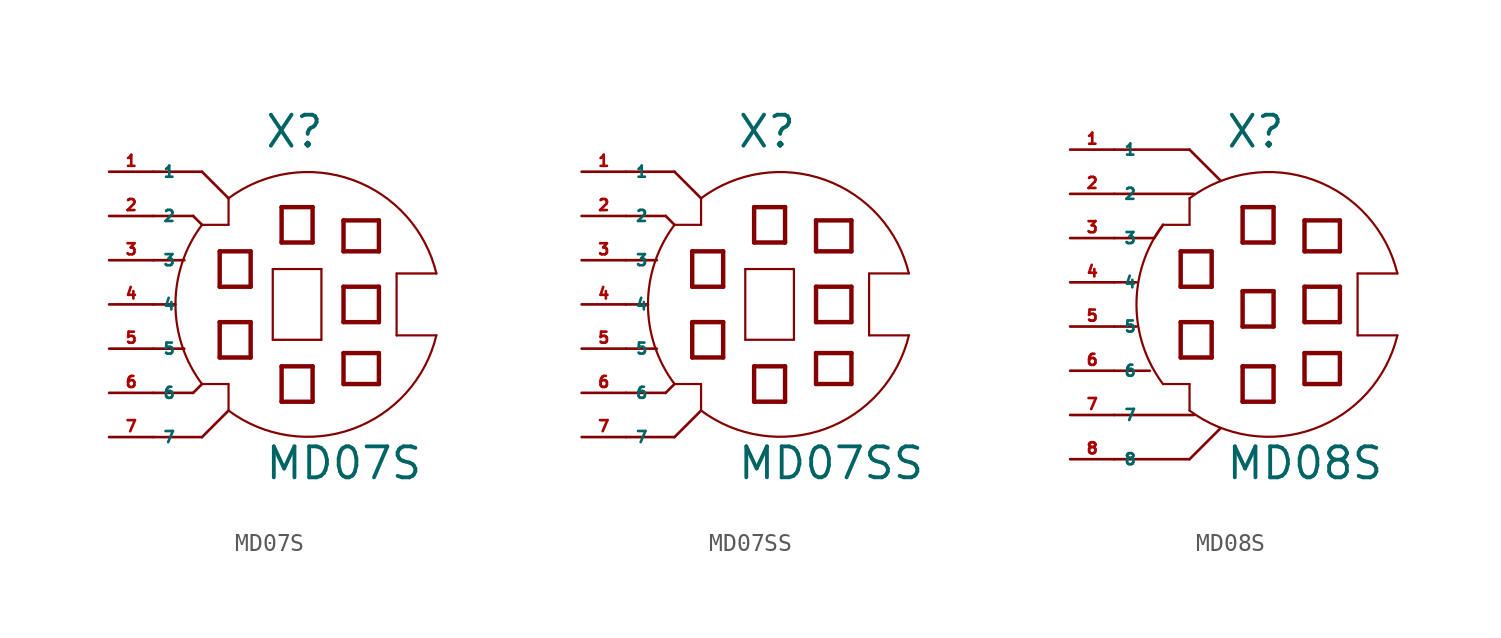
<source format=kicad_sym>
(kicad_symbol_lib
  (version 20220914)
  (generator Eagle2Kicad)
  (symbol "MD07S"
    (property "Reference" "X"
      (at -1.27 8.89 0)
      (effects (font (size 1.778 1.778) (thickness 0.22)) (justify left bottom)))
    (property "Value" "MD07S"
      (at -1.27 -10.16 0)
      (effects (font (size 1.778 1.778) (thickness 0.22)) (justify left bottom)))
    (polyline
      (pts (xy 6.35 -1.778) (xy 6.35 1.778))
      (stroke (width 0.127) (type default))
      (fill (type none)))
    (polyline
      (pts (xy 6.35 1.778) (xy 8.636 1.778))
      (stroke (width 0.127) (type default))
      (fill (type none)))
    (polyline
      (pts (xy -3.302 6.096) (xy -3.302 4.572))
      (stroke (width 0.127) (type default))
      (fill (type none)))
    (polyline
      (pts (xy -3.302 4.572) (xy -4.826 4.572))
      (stroke (width 0.127) (type default))
      (fill (type none)))
    (polyline
      (pts (xy -4.826 -4.572) (xy -3.302 -4.572))
      (stroke (width 0.127) (type default))
      (fill (type none)))
    (polyline
      (pts (xy -3.302 -4.572) (xy -3.302 -6.096))
      (stroke (width 0.127) (type default))
      (fill (type none)))
    (arc
      (start -4.826 4.572)
      (mid -6.350 0.000)
      (end -4.826 -4.572)
      (stroke (width 0.127) (type default))
      (fill (type none)))
    (arc
      (start 8.6359 1.778)
      (mid 3.829 7.150)
      (end -3.302 6.096)
      (stroke (width 0.127) (type default))
      (fill (type none)))
    (polyline
      (pts (xy 2.032 -2.032) (xy -0.762 -2.032))
      (stroke (width 0.127) (type default))
      (fill (type none)))
    (polyline
      (pts (xy -0.762 -2.032) (xy -0.762 2.032))
      (stroke (width 0.127) (type default))
      (fill (type none)))
    (polyline
      (pts (xy -0.762 2.032) (xy 2.032 2.032))
      (stroke (width 0.127) (type default))
      (fill (type none)))
    (polyline
      (pts (xy 2.032 2.032) (xy 2.032 -2.032))
      (stroke (width 0.127) (type default))
      (fill (type none)))
    (polyline
      (pts (xy 1.524 3.556) (xy -0.254 3.556))
      (stroke (width 0.254) (type default))
      (fill (type none)))
    (polyline
      (pts (xy -0.254 3.556) (xy -0.254 5.588))
      (stroke (width 0.254) (type default))
      (fill (type none)))
    (polyline
      (pts (xy -0.254 5.588) (xy 1.524 5.588))
      (stroke (width 0.254) (type default))
      (fill (type none)))
    (polyline
      (pts (xy 1.524 5.588) (xy 1.524 3.556))
      (stroke (width 0.254) (type default))
      (fill (type none)))
    (polyline
      (pts (xy 1.524 -5.588) (xy -0.254 -5.588))
      (stroke (width 0.254) (type default))
      (fill (type none)))
    (polyline
      (pts (xy -0.254 -5.588) (xy -0.254 -3.556))
      (stroke (width 0.254) (type default))
      (fill (type none)))
    (polyline
      (pts (xy -0.254 -3.556) (xy 1.524 -3.556))
      (stroke (width 0.254) (type default))
      (fill (type none)))
    (polyline
      (pts (xy 1.524 -3.556) (xy 1.524 -5.588))
      (stroke (width 0.254) (type default))
      (fill (type none)))
    (polyline
      (pts (xy 5.334 3.048) (xy 3.302 3.048))
      (stroke (width 0.254) (type default))
      (fill (type none)))
    (polyline
      (pts (xy 3.302 3.048) (xy 3.302 4.826))
      (stroke (width 0.254) (type default))
      (fill (type none)))
    (polyline
      (pts (xy 3.302 4.826) (xy 5.334 4.826))
      (stroke (width 0.254) (type default))
      (fill (type none)))
    (polyline
      (pts (xy 5.334 4.826) (xy 5.334 3.048))
      (stroke (width 0.254) (type default))
      (fill (type none)))
    (polyline
      (pts (xy 5.334 -1.016) (xy 3.302 -1.016))
      (stroke (width 0.254) (type default))
      (fill (type none)))
    (polyline
      (pts (xy 3.302 -1.016) (xy 3.302 1.016))
      (stroke (width 0.254) (type default))
      (fill (type none)))
    (polyline
      (pts (xy 3.302 1.016) (xy 5.334 1.016))
      (stroke (width 0.254) (type default))
      (fill (type none)))
    (polyline
      (pts (xy 5.334 1.016) (xy 5.334 -1.016))
      (stroke (width 0.254) (type default))
      (fill (type none)))
    (polyline
      (pts (xy 5.334 -4.572) (xy 3.302 -4.572))
      (stroke (width 0.254) (type default))
      (fill (type none)))
    (polyline
      (pts (xy 3.302 -4.572) (xy 3.302 -2.794))
      (stroke (width 0.254) (type default))
      (fill (type none)))
    (polyline
      (pts (xy 3.302 -2.794) (xy 5.334 -2.794))
      (stroke (width 0.254) (type default))
      (fill (type none)))
    (polyline
      (pts (xy 5.334 -2.794) (xy 5.334 -4.572))
      (stroke (width 0.254) (type default))
      (fill (type none)))
    (polyline
      (pts (xy -2.032 1.016) (xy -3.81 1.016))
      (stroke (width 0.254) (type default))
      (fill (type none)))
    (polyline
      (pts (xy -3.81 1.016) (xy -3.81 3.048))
      (stroke (width 0.254) (type default))
      (fill (type none)))
    (polyline
      (pts (xy -3.81 3.048) (xy -2.032 3.048))
      (stroke (width 0.254) (type default))
      (fill (type none)))
    (polyline
      (pts (xy -2.032 3.048) (xy -2.032 1.016))
      (stroke (width 0.254) (type default))
      (fill (type none)))
    (polyline
      (pts (xy -2.032 -3.048) (xy -3.81 -3.048))
      (stroke (width 0.254) (type default))
      (fill (type none)))
    (polyline
      (pts (xy -3.81 -3.048) (xy -3.81 -1.016))
      (stroke (width 0.254) (type default))
      (fill (type none)))
    (polyline
      (pts (xy -3.81 -1.016) (xy -2.032 -1.016))
      (stroke (width 0.254) (type default))
      (fill (type none)))
    (polyline
      (pts (xy -2.032 -1.016) (xy -2.032 -3.048))
      (stroke (width 0.254) (type default))
      (fill (type none)))
    (polyline
      (pts (xy -7.62 0) (xy -6.35 0))
      (stroke (width 0.152) (type default))
      (fill (type none)))
    (polyline
      (pts (xy -7.62 2.54) (xy -5.842 2.54))
      (stroke (width 0.152) (type default))
      (fill (type none)))
    (polyline
      (pts (xy -7.62 -2.54) (xy -5.842 -2.54))
      (stroke (width 0.152) (type default))
      (fill (type none)))
    (polyline
      (pts (xy -7.62 5.08) (xy -5.334 5.08))
      (stroke (width 0.152) (type default))
      (fill (type none)))
    (polyline
      (pts (xy -5.334 5.08) (xy -4.826 4.572))
      (stroke (width 0.152) (type default))
      (fill (type none)))
    (polyline
      (pts (xy -7.62 -5.08) (xy -5.334 -5.08))
      (stroke (width 0.152) (type default))
      (fill (type none)))
    (polyline
      (pts (xy -5.334 -5.08) (xy -4.826 -4.572))
      (stroke (width 0.152) (type default))
      (fill (type none)))
    (polyline
      (pts (xy -7.62 -7.62) (xy -4.826 -7.62))
      (stroke (width 0.152) (type default))
      (fill (type none)))
    (polyline
      (pts (xy -4.826 -7.62) (xy -3.302 -6.096))
      (stroke (width 0.152) (type default))
      (fill (type none)))
    (polyline
      (pts (xy -7.62 7.62) (xy -4.826 7.62))
      (stroke (width 0.152) (type default))
      (fill (type none)))
    (polyline
      (pts (xy -4.826 7.62) (xy -3.302 6.096))
      (stroke (width 0.152) (type default))
      (fill (type none)))
    (polyline
      (pts (xy 6.35 -1.778) (xy 8.636 -1.778))
      (stroke (width 0.127) (type default))
      (fill (type none)))
    (arc
      (start -3.302 -6.096)
      (mid 3.829 -7.150)
      (end 8.6359 -1.778)
      (stroke (width 0.127) (type default))
      (fill (type none)))
    (pin passive line
      (at -10.16 7.62 0)
      (length 2.54)
      (name "1" (effects (font (size 0.635 0.635) (thickness 0.08)) (justify left bottom)))
      (number "1" (effects (font (size 0.635 0.635) (thickness 0.08)) (justify left bottom))))
    (pin passive line
      (at -10.16 5.08 0)
      (length 2.54)
      (name "2" (effects (font (size 0.635 0.635) (thickness 0.08)) (justify left bottom)))
      (number "2" (effects (font (size 0.635 0.635) (thickness 0.08)) (justify left bottom))))
    (pin passive line
      (at -10.16 2.54 0)
      (length 2.54)
      (name "3" (effects (font (size 0.635 0.635) (thickness 0.08)) (justify left bottom)))
      (number "3" (effects (font (size 0.635 0.635) (thickness 0.08)) (justify left bottom))))
    (pin passive line
      (at -10.16 0 0)
      (length 2.54)
      (name "4" (effects (font (size 0.635 0.635) (thickness 0.08)) (justify left bottom)))
      (number "4" (effects (font (size 0.635 0.635) (thickness 0.08)) (justify left bottom))))
    (pin passive line
      (at -10.16 -2.54 0)
      (length 2.54)
      (name "5" (effects (font (size 0.635 0.635) (thickness 0.08)) (justify left bottom)))
      (number "5" (effects (font (size 0.635 0.635) (thickness 0.08)) (justify left bottom))))
    (pin passive line
      (at -10.16 -5.08 0)
      (length 2.54)
      (name "6" (effects (font (size 0.635 0.635) (thickness 0.08)) (justify left bottom)))
      (number "6" (effects (font (size 0.635 0.635) (thickness 0.08)) (justify left bottom))))
    (pin passive line
      (at -10.16 -7.62 0)
      (length 2.54)
      (name "7" (effects (font (size 0.635 0.635) (thickness 0.08)) (justify left bottom)))
      (number "7" (effects (font (size 0.635 0.635) (thickness 0.08)) (justify left bottom)))))
  (symbol "MD07SS"
    (property "Reference" "X"
      (at -1.27 8.89 0)
      (effects (font (size 1.778 1.778) (thickness 0.22)) (justify left bottom)))
    (property "Value" "MD07SS"
      (at -1.27 -10.16 0)
      (effects (font (size 1.778 1.778) (thickness 0.22)) (justify left bottom)))
    (polyline
      (pts (xy 6.35 -1.778) (xy 6.35 1.778))
      (stroke (width 0.127) (type default))
      (fill (type none)))
    (polyline
      (pts (xy 6.35 1.778) (xy 8.636 1.778))
      (stroke (width 0.127) (type default))
      (fill (type none)))
    (polyline
      (pts (xy -3.302 6.096) (xy -3.302 4.572))
      (stroke (width 0.127) (type default))
      (fill (type none)))
    (polyline
      (pts (xy -3.302 4.572) (xy -4.826 4.572))
      (stroke (width 0.127) (type default))
      (fill (type none)))
    (polyline
      (pts (xy -4.826 -4.572) (xy -3.302 -4.572))
      (stroke (width 0.127) (type default))
      (fill (type none)))
    (polyline
      (pts (xy -3.302 -4.572) (xy -3.302 -6.096))
      (stroke (width 0.127) (type default))
      (fill (type none)))
    (arc
      (start -4.826 4.572)
      (mid -6.350 0.000)
      (end -4.826 -4.572)
      (stroke (width 0.127) (type default))
      (fill (type none)))
    (arc
      (start 8.6359 1.778)
      (mid 3.829 7.150)
      (end -3.302 6.096)
      (stroke (width 0.127) (type default))
      (fill (type none)))
    (polyline
      (pts (xy 2.032 -2.032) (xy -0.762 -2.032))
      (stroke (width 0.127) (type default))
      (fill (type none)))
    (polyline
      (pts (xy -0.762 -2.032) (xy -0.762 2.032))
      (stroke (width 0.127) (type default))
      (fill (type none)))
    (polyline
      (pts (xy -0.762 2.032) (xy 2.032 2.032))
      (stroke (width 0.127) (type default))
      (fill (type none)))
    (polyline
      (pts (xy 2.032 2.032) (xy 2.032 -2.032))
      (stroke (width 0.127) (type default))
      (fill (type none)))
    (polyline
      (pts (xy 1.524 3.556) (xy -0.254 3.556))
      (stroke (width 0.254) (type default))
      (fill (type none)))
    (polyline
      (pts (xy -0.254 3.556) (xy -0.254 5.588))
      (stroke (width 0.254) (type default))
      (fill (type none)))
    (polyline
      (pts (xy -0.254 5.588) (xy 1.524 5.588))
      (stroke (width 0.254) (type default))
      (fill (type none)))
    (polyline
      (pts (xy 1.524 5.588) (xy 1.524 3.556))
      (stroke (width 0.254) (type default))
      (fill (type none)))
    (polyline
      (pts (xy 1.524 -5.588) (xy -0.254 -5.588))
      (stroke (width 0.254) (type default))
      (fill (type none)))
    (polyline
      (pts (xy -0.254 -5.588) (xy -0.254 -3.556))
      (stroke (width 0.254) (type default))
      (fill (type none)))
    (polyline
      (pts (xy -0.254 -3.556) (xy 1.524 -3.556))
      (stroke (width 0.254) (type default))
      (fill (type none)))
    (polyline
      (pts (xy 1.524 -3.556) (xy 1.524 -5.588))
      (stroke (width 0.254) (type default))
      (fill (type none)))
    (polyline
      (pts (xy 5.334 3.048) (xy 3.302 3.048))
      (stroke (width 0.254) (type default))
      (fill (type none)))
    (polyline
      (pts (xy 3.302 3.048) (xy 3.302 4.826))
      (stroke (width 0.254) (type default))
      (fill (type none)))
    (polyline
      (pts (xy 3.302 4.826) (xy 5.334 4.826))
      (stroke (width 0.254) (type default))
      (fill (type none)))
    (polyline
      (pts (xy 5.334 4.826) (xy 5.334 3.048))
      (stroke (width 0.254) (type default))
      (fill (type none)))
    (polyline
      (pts (xy 5.334 -1.016) (xy 3.302 -1.016))
      (stroke (width 0.254) (type default))
      (fill (type none)))
    (polyline
      (pts (xy 3.302 -1.016) (xy 3.302 1.016))
      (stroke (width 0.254) (type default))
      (fill (type none)))
    (polyline
      (pts (xy 3.302 1.016) (xy 5.334 1.016))
      (stroke (width 0.254) (type default))
      (fill (type none)))
    (polyline
      (pts (xy 5.334 1.016) (xy 5.334 -1.016))
      (stroke (width 0.254) (type default))
      (fill (type none)))
    (polyline
      (pts (xy 5.334 -4.572) (xy 3.302 -4.572))
      (stroke (width 0.254) (type default))
      (fill (type none)))
    (polyline
      (pts (xy 3.302 -4.572) (xy 3.302 -2.794))
      (stroke (width 0.254) (type default))
      (fill (type none)))
    (polyline
      (pts (xy 3.302 -2.794) (xy 5.334 -2.794))
      (stroke (width 0.254) (type default))
      (fill (type none)))
    (polyline
      (pts (xy 5.334 -2.794) (xy 5.334 -4.572))
      (stroke (width 0.254) (type default))
      (fill (type none)))
    (polyline
      (pts (xy -2.032 1.016) (xy -3.81 1.016))
      (stroke (width 0.254) (type default))
      (fill (type none)))
    (polyline
      (pts (xy -3.81 1.016) (xy -3.81 3.048))
      (stroke (width 0.254) (type default))
      (fill (type none)))
    (polyline
      (pts (xy -3.81 3.048) (xy -2.032 3.048))
      (stroke (width 0.254) (type default))
      (fill (type none)))
    (polyline
      (pts (xy -2.032 3.048) (xy -2.032 1.016))
      (stroke (width 0.254) (type default))
      (fill (type none)))
    (polyline
      (pts (xy -2.032 -3.048) (xy -3.81 -3.048))
      (stroke (width 0.254) (type default))
      (fill (type none)))
    (polyline
      (pts (xy -3.81 -3.048) (xy -3.81 -1.016))
      (stroke (width 0.254) (type default))
      (fill (type none)))
    (polyline
      (pts (xy -3.81 -1.016) (xy -2.032 -1.016))
      (stroke (width 0.254) (type default))
      (fill (type none)))
    (polyline
      (pts (xy -2.032 -1.016) (xy -2.032 -3.048))
      (stroke (width 0.254) (type default))
      (fill (type none)))
    (polyline
      (pts (xy -7.62 0) (xy -6.35 0))
      (stroke (width 0.152) (type default))
      (fill (type none)))
    (polyline
      (pts (xy -7.62 2.54) (xy -5.842 2.54))
      (stroke (width 0.152) (type default))
      (fill (type none)))
    (polyline
      (pts (xy -7.62 -2.54) (xy -5.842 -2.54))
      (stroke (width 0.152) (type default))
      (fill (type none)))
    (polyline
      (pts (xy -7.62 5.08) (xy -5.334 5.08))
      (stroke (width 0.152) (type default))
      (fill (type none)))
    (polyline
      (pts (xy -5.334 5.08) (xy -4.826 4.572))
      (stroke (width 0.152) (type default))
      (fill (type none)))
    (polyline
      (pts (xy -7.62 -5.08) (xy -5.334 -5.08))
      (stroke (width 0.152) (type default))
      (fill (type none)))
    (polyline
      (pts (xy -5.334 -5.08) (xy -4.826 -4.572))
      (stroke (width 0.152) (type default))
      (fill (type none)))
    (polyline
      (pts (xy -7.62 -7.62) (xy -4.826 -7.62))
      (stroke (width 0.152) (type default))
      (fill (type none)))
    (polyline
      (pts (xy -4.826 -7.62) (xy -3.302 -6.096))
      (stroke (width 0.152) (type default))
      (fill (type none)))
    (polyline
      (pts (xy -7.62 7.62) (xy -4.826 7.62))
      (stroke (width 0.152) (type default))
      (fill (type none)))
    (polyline
      (pts (xy -4.826 7.62) (xy -3.302 6.096))
      (stroke (width 0.152) (type default))
      (fill (type none)))
    (polyline
      (pts (xy 6.35 -1.778) (xy 8.636 -1.778))
      (stroke (width 0.127) (type default))
      (fill (type none)))
    (arc
      (start -3.302 -6.096)
      (mid 3.829 -7.150)
      (end 8.6359 -1.778)
      (stroke (width 0.127) (type default))
      (fill (type none)))
    (pin passive line
      (at -10.16 7.62 0)
      (length 2.54)
      (name "1" (effects (font (size 0.635 0.635) (thickness 0.08)) (justify left bottom)))
      (number "1" (effects (font (size 0.635 0.635) (thickness 0.08)) (justify left bottom))))
    (pin passive line
      (at -10.16 5.08 0)
      (length 2.54)
      (name "2" (effects (font (size 0.635 0.635) (thickness 0.08)) (justify left bottom)))
      (number "2" (effects (font (size 0.635 0.635) (thickness 0.08)) (justify left bottom))))
    (pin passive line
      (at -10.16 2.54 0)
      (length 2.54)
      (name "3" (effects (font (size 0.635 0.635) (thickness 0.08)) (justify left bottom)))
      (number "3" (effects (font (size 0.635 0.635) (thickness 0.08)) (justify left bottom))))
    (pin passive line
      (at -10.16 0 0)
      (length 2.54)
      (name "4" (effects (font (size 0.635 0.635) (thickness 0.08)) (justify left bottom)))
      (number "4" (effects (font (size 0.635 0.635) (thickness 0.08)) (justify left bottom))))
    (pin passive line
      (at -10.16 -2.54 0)
      (length 2.54)
      (name "5" (effects (font (size 0.635 0.635) (thickness 0.08)) (justify left bottom)))
      (number "5" (effects (font (size 0.635 0.635) (thickness 0.08)) (justify left bottom))))
    (pin passive line
      (at -10.16 -5.08 0)
      (length 2.54)
      (name "6" (effects (font (size 0.635 0.635) (thickness 0.08)) (justify left bottom)))
      (number "6" (effects (font (size 0.635 0.635) (thickness 0.08)) (justify left bottom))))
    (pin passive line
      (at -10.16 -7.62 0)
      (length 2.54)
      (name "7" (effects (font (size 0.635 0.635) (thickness 0.08)) (justify left bottom)))
      (number "7" (effects (font (size 0.635 0.635) (thickness 0.08)) (justify left bottom)))))
  (symbol "MD08S"
    (property "Reference" "X"
      (at -1.27 10.16 0)
      (effects (font (size 1.778 1.778) (thickness 0.22)) (justify left bottom)))
    (property "Value" "MD08S"
      (at -1.27 -8.89 0)
      (effects (font (size 1.778 1.778) (thickness 0.22)) (justify left bottom)))
    (polyline
      (pts (xy 6.35 -0.508) (xy 6.35 3.048))
      (stroke (width 0.127) (type default))
      (fill (type none)))
    (polyline
      (pts (xy 6.35 3.048) (xy 8.636 3.048))
      (stroke (width 0.127) (type default))
      (fill (type none)))
    (polyline
      (pts (xy -3.302 7.366) (xy -3.302 5.842))
      (stroke (width 0.127) (type default))
      (fill (type none)))
    (polyline
      (pts (xy -3.302 5.842) (xy -4.826 5.842))
      (stroke (width 0.127) (type default))
      (fill (type none)))
    (polyline
      (pts (xy -4.826 -3.302) (xy -3.302 -3.302))
      (stroke (width 0.127) (type default))
      (fill (type none)))
    (polyline
      (pts (xy -3.302 -3.302) (xy -3.302 -4.826))
      (stroke (width 0.127) (type default))
      (fill (type none)))
    (arc
      (start -4.826 5.842)
      (mid -6.350 1.270)
      (end -4.826 -3.302)
      (stroke (width 0.127) (type default))
      (fill (type none)))
    (arc
      (start 8.6359 3.048)
      (mid 3.829 8.420)
      (end -3.302 7.366)
      (stroke (width 0.127) (type default))
      (fill (type none)))
    (polyline
      (pts (xy 1.524 0) (xy -0.254 0))
      (stroke (width 0.254) (type default))
      (fill (type none)))
    (polyline
      (pts (xy -0.254 0) (xy -0.254 2.032))
      (stroke (width 0.254) (type default))
      (fill (type none)))
    (polyline
      (pts (xy -0.254 2.032) (xy 1.524 2.032))
      (stroke (width 0.254) (type default))
      (fill (type none)))
    (polyline
      (pts (xy 1.524 2.032) (xy 1.524 0))
      (stroke (width 0.254) (type default))
      (fill (type none)))
    (polyline
      (pts (xy 1.524 4.826) (xy -0.254 4.826))
      (stroke (width 0.254) (type default))
      (fill (type none)))
    (polyline
      (pts (xy -0.254 4.826) (xy -0.254 6.858))
      (stroke (width 0.254) (type default))
      (fill (type none)))
    (polyline
      (pts (xy -0.254 6.858) (xy 1.524 6.858))
      (stroke (width 0.254) (type default))
      (fill (type none)))
    (polyline
      (pts (xy 1.524 6.858) (xy 1.524 4.826))
      (stroke (width 0.254) (type default))
      (fill (type none)))
    (polyline
      (pts (xy 1.524 -4.318) (xy -0.254 -4.318))
      (stroke (width 0.254) (type default))
      (fill (type none)))
    (polyline
      (pts (xy -0.254 -4.318) (xy -0.254 -2.286))
      (stroke (width 0.254) (type default))
      (fill (type none)))
    (polyline
      (pts (xy -0.254 -2.286) (xy 1.524 -2.286))
      (stroke (width 0.254) (type default))
      (fill (type none)))
    (polyline
      (pts (xy 1.524 -2.286) (xy 1.524 -4.318))
      (stroke (width 0.254) (type default))
      (fill (type none)))
    (polyline
      (pts (xy 5.334 4.318) (xy 3.302 4.318))
      (stroke (width 0.254) (type default))
      (fill (type none)))
    (polyline
      (pts (xy 3.302 4.318) (xy 3.302 6.096))
      (stroke (width 0.254) (type default))
      (fill (type none)))
    (polyline
      (pts (xy 3.302 6.096) (xy 5.334 6.096))
      (stroke (width 0.254) (type default))
      (fill (type none)))
    (polyline
      (pts (xy 5.334 6.096) (xy 5.334 4.318))
      (stroke (width 0.254) (type default))
      (fill (type none)))
    (polyline
      (pts (xy 5.334 0.254) (xy 3.302 0.254))
      (stroke (width 0.254) (type default))
      (fill (type none)))
    (polyline
      (pts (xy 3.302 0.254) (xy 3.302 2.286))
      (stroke (width 0.254) (type default))
      (fill (type none)))
    (polyline
      (pts (xy 3.302 2.286) (xy 5.334 2.286))
      (stroke (width 0.254) (type default))
      (fill (type none)))
    (polyline
      (pts (xy 5.334 2.286) (xy 5.334 0.254))
      (stroke (width 0.254) (type default))
      (fill (type none)))
    (polyline
      (pts (xy 5.334 -3.302) (xy 3.302 -3.302))
      (stroke (width 0.254) (type default))
      (fill (type none)))
    (polyline
      (pts (xy 3.302 -3.302) (xy 3.302 -1.524))
      (stroke (width 0.254) (type default))
      (fill (type none)))
    (polyline
      (pts (xy 3.302 -1.524) (xy 5.334 -1.524))
      (stroke (width 0.254) (type default))
      (fill (type none)))
    (polyline
      (pts (xy 5.334 -1.524) (xy 5.334 -3.302))
      (stroke (width 0.254) (type default))
      (fill (type none)))
    (polyline
      (pts (xy -2.032 2.286) (xy -3.81 2.286))
      (stroke (width 0.254) (type default))
      (fill (type none)))
    (polyline
      (pts (xy -3.81 2.286) (xy -3.81 4.318))
      (stroke (width 0.254) (type default))
      (fill (type none)))
    (polyline
      (pts (xy -3.81 4.318) (xy -2.032 4.318))
      (stroke (width 0.254) (type default))
      (fill (type none)))
    (polyline
      (pts (xy -2.032 4.318) (xy -2.032 2.286))
      (stroke (width 0.254) (type default))
      (fill (type none)))
    (polyline
      (pts (xy -2.032 -1.778) (xy -3.81 -1.778))
      (stroke (width 0.254) (type default))
      (fill (type none)))
    (polyline
      (pts (xy -3.81 -1.778) (xy -3.81 0.254))
      (stroke (width 0.254) (type default))
      (fill (type none)))
    (polyline
      (pts (xy -3.81 0.254) (xy -2.032 0.254))
      (stroke (width 0.254) (type default))
      (fill (type none)))
    (polyline
      (pts (xy -2.032 0.254) (xy -2.032 -1.778))
      (stroke (width 0.254) (type default))
      (fill (type none)))
    (polyline
      (pts (xy -7.62 0) (xy -6.35 0))
      (stroke (width 0.152) (type default))
      (fill (type none)))
    (polyline
      (pts (xy -7.62 2.54) (xy -6.35 2.54))
      (stroke (width 0.152) (type default))
      (fill (type none)))
    (polyline
      (pts (xy -7.62 -2.54) (xy -5.588 -2.54))
      (stroke (width 0.152) (type default))
      (fill (type none)))
    (polyline
      (pts (xy -7.62 5.08) (xy -5.334 5.08))
      (stroke (width 0.152) (type default))
      (fill (type none)))
    (polyline
      (pts (xy -5.334 5.08) (xy -4.826 5.842))
      (stroke (width 0.152) (type default))
      (fill (type none)))
    (polyline
      (pts (xy -7.62 -5.08) (xy -3.048 -5.08))
      (stroke (width 0.152) (type default))
      (fill (type none)))
    (polyline
      (pts (xy -7.62 7.62) (xy -3.048 7.62))
      (stroke (width 0.152) (type default))
      (fill (type none)))
    (polyline
      (pts (xy 6.35 -0.508) (xy 8.636 -0.508))
      (stroke (width 0.127) (type default))
      (fill (type none)))
    (arc
      (start -3.302 -4.826)
      (mid 3.829 -5.880)
      (end 8.6359 -0.508)
      (stroke (width 0.127) (type default))
      (fill (type none)))
    (polyline
      (pts (xy -7.62 10.16) (xy -3.302 10.16))
      (stroke (width 0.152) (type default))
      (fill (type none)))
    (polyline
      (pts (xy -3.302 10.16) (xy -1.524 8.382))
      (stroke (width 0.152) (type default))
      (fill (type none)))
    (polyline
      (pts (xy -7.62 -7.62) (xy -3.302 -7.62))
      (stroke (width 0.152) (type default))
      (fill (type none)))
    (polyline
      (pts (xy -3.302 -7.62) (xy -1.524 -5.842))
      (stroke (width 0.152) (type default))
      (fill (type none)))
    (pin passive line
      (at -10.16 10.16 0)
      (length 2.54)
      (name "1" (effects (font (size 0.635 0.635) (thickness 0.08)) (justify left bottom)))
      (number "1" (effects (font (size 0.635 0.635) (thickness 0.08)) (justify left bottom))))
    (pin passive line
      (at -10.16 7.62 0)
      (length 2.54)
      (name "2" (effects (font (size 0.635 0.635) (thickness 0.08)) (justify left bottom)))
      (number "2" (effects (font (size 0.635 0.635) (thickness 0.08)) (justify left bottom))))
    (pin passive line
      (at -10.16 5.08 0)
      (length 2.54)
      (name "3" (effects (font (size 0.635 0.635) (thickness 0.08)) (justify left bottom)))
      (number "3" (effects (font (size 0.635 0.635) (thickness 0.08)) (justify left bottom))))
    (pin passive line
      (at -10.16 2.54 0)
      (length 2.54)
      (name "4" (effects (font (size 0.635 0.635) (thickness 0.08)) (justify left bottom)))
      (number "4" (effects (font (size 0.635 0.635) (thickness 0.08)) (justify left bottom))))
    (pin passive line
      (at -10.16 0 0)
      (length 2.54)
      (name "5" (effects (font (size 0.635 0.635) (thickness 0.08)) (justify left bottom)))
      (number "5" (effects (font (size 0.635 0.635) (thickness 0.08)) (justify left bottom))))
    (pin passive line
      (at -10.16 -2.54 0)
      (length 2.54)
      (name "6" (effects (font (size 0.635 0.635) (thickness 0.08)) (justify left bottom)))
      (number "6" (effects (font (size 0.635 0.635) (thickness 0.08)) (justify left bottom))))
    (pin passive line
      (at -10.16 -5.08 0)
      (length 2.54)
      (name "7" (effects (font (size 0.635 0.635) (thickness 0.08)) (justify left bottom)))
      (number "7" (effects (font (size 0.635 0.635) (thickness 0.08)) (justify left bottom))))
    (pin passive line
      (at -10.16 -7.62 0)
      (length 2.54)
      (name "8" (effects (font (size 0.635 0.635) (thickness 0.08)) (justify left bottom)))
      (number "8" (effects (font (size 0.635 0.635) (thickness 0.08)) (justify left bottom))))))
</source>
